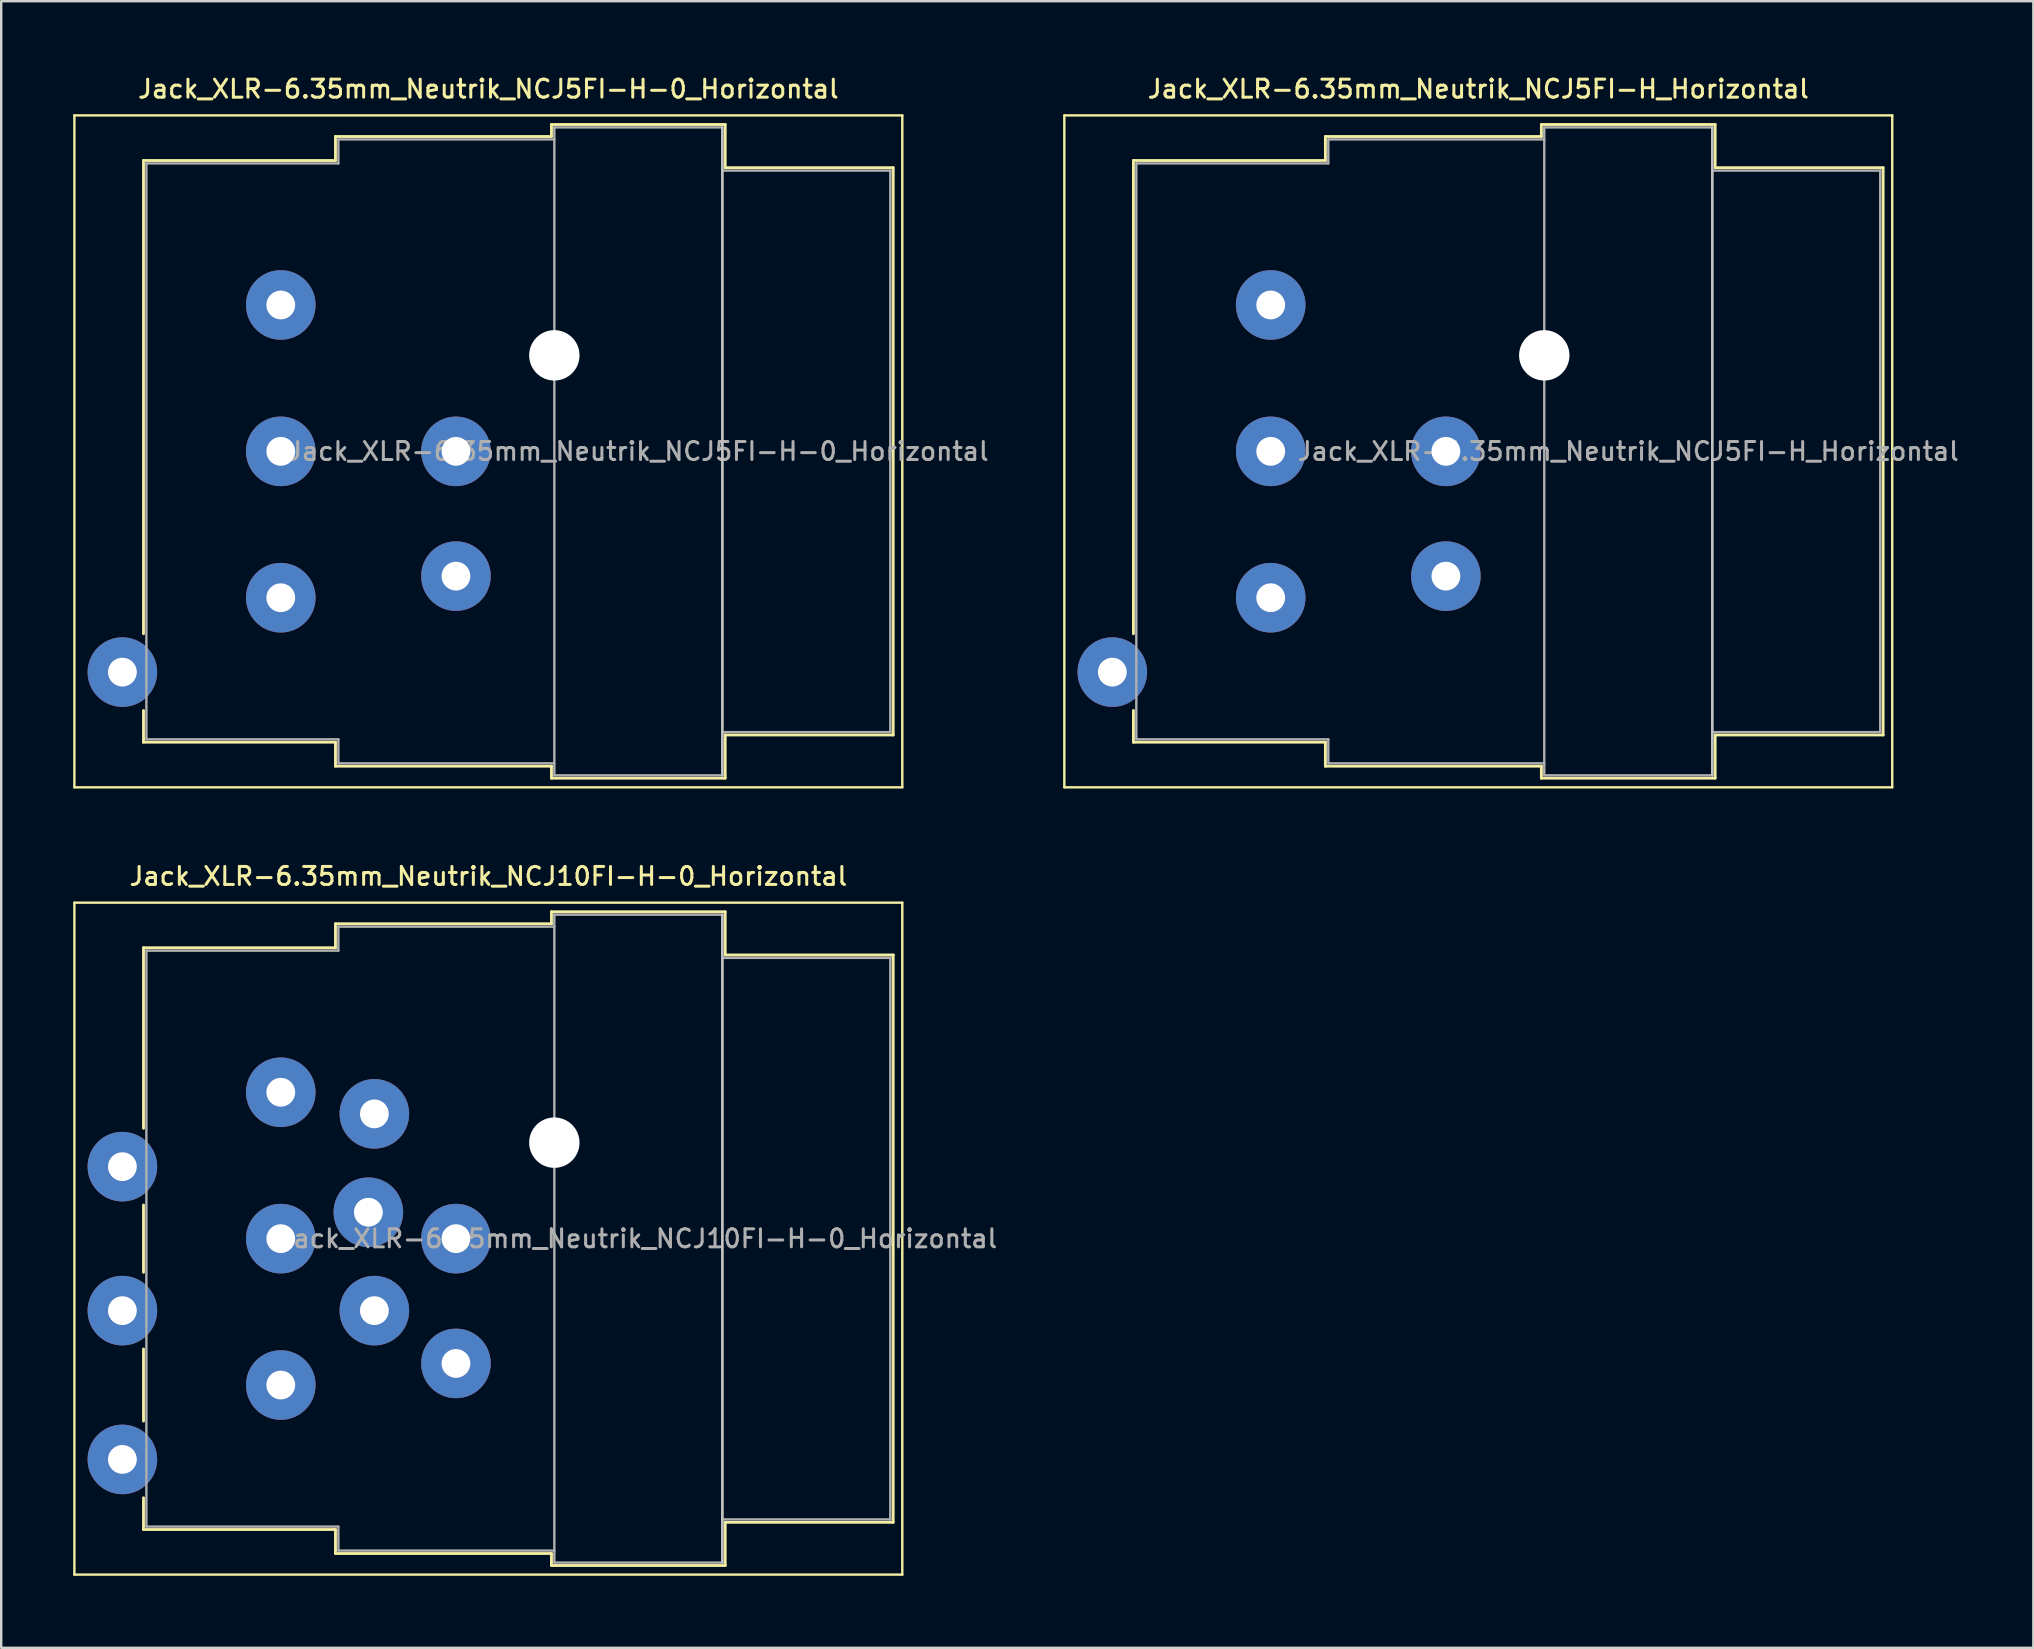
<source format=kicad_pcb>
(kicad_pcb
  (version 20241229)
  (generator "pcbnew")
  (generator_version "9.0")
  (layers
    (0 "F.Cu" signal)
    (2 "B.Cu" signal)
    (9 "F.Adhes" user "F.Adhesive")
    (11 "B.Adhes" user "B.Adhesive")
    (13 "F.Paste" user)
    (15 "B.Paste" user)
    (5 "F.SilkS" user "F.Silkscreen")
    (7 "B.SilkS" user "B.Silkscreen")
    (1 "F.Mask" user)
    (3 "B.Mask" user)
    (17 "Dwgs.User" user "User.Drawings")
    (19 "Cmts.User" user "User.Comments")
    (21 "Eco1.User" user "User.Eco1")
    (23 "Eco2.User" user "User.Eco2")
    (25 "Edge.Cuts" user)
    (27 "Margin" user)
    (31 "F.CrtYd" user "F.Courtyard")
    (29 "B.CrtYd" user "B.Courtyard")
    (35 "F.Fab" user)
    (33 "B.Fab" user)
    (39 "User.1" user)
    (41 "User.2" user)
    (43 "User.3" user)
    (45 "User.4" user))
  (footprint "Jack_XLR-6.35mm_Neutrik_NCJ10FI-H-0_Horizontal"
    (layer "F.Cu")
    (at 8.65 42.466)
    (property "Reference" "Jack_XLR-6.35mm_Neutrik_NCJ10FI-H-0_Horizontal" (at 8.65 -9 0) (layer "F.SilkS") (effects (font (size 0.75 0.75) (thickness 0.125))))
    (attr through_hole)
    (fp_line (start -8.6 -7.9) (end -8.6 20.1) (stroke (width 0.1) (type solid)) (layer "F.SilkS"))
    (fp_line (start -5.72 -6.02) (end -5.72 1.5) (stroke (width 0.12) (type solid)) (layer "F.SilkS"))
    (fp_line (start -5.72 4.7) (end -5.72 7.5) (stroke (width 0.12) (type solid)) (layer "F.SilkS"))
    (fp_line (start -5.72 10.7) (end -5.72 13.7) (stroke (width 0.12) (type solid)) (layer "F.SilkS"))
    (fp_line (start -5.72 16.9) (end -5.72 18.22) (stroke (width 0.12) (type solid)) (layer "F.SilkS"))
    (fp_line (start 2.28 -7.02) (end 2.28 -6.02) (stroke (width 0.12) (type solid)) (layer "F.SilkS"))
    (fp_line (start 2.28 -6.02) (end -5.72 -6.02) (stroke (width 0.12) (type solid)) (layer "F.SilkS"))
    (fp_line (start 2.28 18.22) (end -5.72 18.22) (stroke (width 0.12) (type solid)) (layer "F.SilkS"))
    (fp_line (start 2.28 19.22) (end 2.28 18.22) (stroke (width 0.12) (type solid)) (layer "F.SilkS"))
    (fp_line (start 11.28 -7.02) (end 2.28 -7.02) (stroke (width 0.12) (type solid)) (layer "F.SilkS"))
    (fp_line (start 11.28 -7.02) (end 11.28 -7.52) (stroke (width 0.12) (type solid)) (layer "F.SilkS"))
    (fp_line (start 11.28 19.22) (end 2.28 19.22) (stroke (width 0.12) (type solid)) (layer "F.SilkS"))
    (fp_line (start 11.28 19.72) (end 11.28 19.22) (stroke (width 0.12) (type solid)) (layer "F.SilkS"))
    (fp_line (start 18.52 -7.52) (end 11.28 -7.52) (stroke (width 0.12) (type solid)) (layer "F.SilkS"))
    (fp_line (start 18.52 -7.52) (end 18.52 -5.72) (stroke (width 0.12) (type solid)) (layer "F.SilkS"))
    (fp_line (start 18.52 -5.72) (end 25.52 -5.72) (stroke (width 0.12) (type solid)) (layer "F.SilkS"))
    (fp_line (start 18.52 17.92) (end 18.52 19.72) (stroke (width 0.12) (type solid)) (layer "F.SilkS"))
    (fp_line (start 18.52 17.92) (end 25.52 17.92) (stroke (width 0.12) (type solid)) (layer "F.SilkS"))
    (fp_line (start 18.52 19.72) (end 11.28 19.72) (stroke (width 0.12) (type solid)) (layer "F.SilkS"))
    (fp_line (start 25.52 -5.72) (end 25.52 17.92) (stroke (width 0.12) (type solid)) (layer "F.SilkS"))
    (fp_line (start 25.9 -7.9) (end -8.6 -7.9) (stroke (width 0.1) (type solid)) (layer "F.SilkS"))
    (fp_line (start 25.9 -7.9) (end 25.9 20.1) (stroke (width 0.1) (type solid)) (layer "F.SilkS"))
    (fp_line (start 25.9 20.1) (end -8.6 20.1) (stroke (width 0.1) (type solid)) (layer "F.SilkS"))
    (fp_line (start 18.4 -7.4) (end 18.4 19.6) (stroke (width 0.1) (type solid)) (layer "Dwgs.User"))
    (fp_line (start -5.6 -5.9) (end -5.6 18.1) (stroke (width 0.1) (type solid)) (layer "F.Fab"))
    (fp_line (start -5.6 18.1) (end 2.4 18.1) (stroke (width 0.1) (type solid)) (layer "F.Fab"))
    (fp_line (start 2.4 -6.9) (end 2.4 -5.9) (stroke (width 0.1) (type solid)) (layer "F.Fab"))
    (fp_line (start 2.4 -5.9) (end -5.6 -5.9) (stroke (width 0.1) (type solid)) (layer "F.Fab"))
    (fp_line (start 2.4 18.1) (end 2.4 19.1) (stroke (width 0.1) (type solid)) (layer "F.Fab"))
    (fp_line (start 2.4 19.1) (end 11.4 19.1) (stroke (width 0.1) (type solid)) (layer "F.Fab"))
    (fp_line (start 11.4 -7.4) (end 18.4 -7.4) (stroke (width 0.1) (type solid)) (layer "F.Fab"))
    (fp_line (start 11.4 -6.9) (end 2.4 -6.9) (stroke (width 0.1) (type solid)) (layer "F.Fab"))
    (fp_line (start 11.4 19.6) (end 11.4 -7.4) (stroke (width 0.1) (type solid)) (layer "F.Fab"))
    (fp_line (start 18.4 -7.4) (end 18.4 19.6) (stroke (width 0.1) (type solid)) (layer "F.Fab"))
    (fp_line (start 18.4 -5.6) (end 25.4 -5.6) (stroke (width 0.1) (type solid)) (layer "F.Fab"))
    (fp_line (start 18.4 19.6) (end 11.4 19.6) (stroke (width 0.1) (type solid)) (layer "F.Fab"))
    (fp_line (start 25.4 -5.6) (end 25.4 17.8) (stroke (width 0.1) (type solid)) (layer "F.Fab"))
    (fp_line (start 25.4 17.8) (end 18.4 17.8) (stroke (width 0.1) (type solid)) (layer "F.Fab"))
    (fp_text user "${REFERENCE}" (at 14.9 6.1 0) (layer "F.Fab") (effects (font (size 0.75 0.75) (thickness 0.125))))
    (pad "" np_thru_hole circle (at 11.4 2.1) (size 2.1 2.1) (drill 2.1) (layers "*.Cu" "*.Mask"))
    (pad "1" thru_hole circle (at 0 0) (size 2.9 2.9) (drill 1.2) (layers "*.Cu" "*.Mask"))
    (pad "2" thru_hole circle (at 0 12.2) (size 2.9 2.9) (drill 1.2) (layers "*.Cu" "*.Mask"))
    (pad "3" thru_hole circle (at 0 6.1) (size 2.9 2.9) (drill 1.2) (layers "*.Cu" "*.Mask"))
    (pad "G" thru_hole circle (at 7.3 6.1) (size 2.9 2.9) (drill 1.2) (layers "*.Cu" "*.Mask"))
    (pad "GN" thru_hole circle (at 3.65 5) (size 2.9 2.9) (drill 1.2) (layers "*.Cu" "*.Mask"))
    (pad "R" thru_hole circle (at 3.9 0.9) (size 2.9 2.9) (drill 1.2) (layers "*.Cu" "*.Mask"))
    (pad "RN" thru_hole circle (at -6.6 3.1) (size 2.9 2.9) (drill 1.2) (layers "*.Cu" "*.Mask"))
    (pad "S" thru_hole circle (at 7.3 11.3) (size 2.9 2.9) (drill 1.2) (layers "*.Cu" "*.Mask"))
    (pad "SN" thru_hole circle (at 3.9 9.1) (size 2.9 2.9) (drill 1.2) (layers "*.Cu" "*.Mask"))
    (pad "T" thru_hole circle (at -6.6 15.3) (size 2.9 2.9) (drill 1.2) (layers "*.Cu" "*.Mask"))
    (pad "TN" thru_hole circle (at -6.6 9.1) (size 2.9 2.9) (drill 1.2) (layers "*.Cu" "*.Mask")))
  (footprint "Jack_XLR-6.35mm_Neutrik_NCJ5FI-H-0_Horizontal"
    (layer "F.Cu")
    (at 8.65 9.658)
    (property "Reference" "Jack_XLR-6.35mm_Neutrik_NCJ5FI-H-0_Horizontal" (at 8.65 -9 0) (layer "F.SilkS") (effects (font (size 0.75 0.75) (thickness 0.125))))
    (attr through_hole)
    (fp_line (start -8.6 -7.9) (end -8.6 20.1) (stroke (width 0.1) (type solid)) (layer "F.SilkS"))
    (fp_line (start -5.72 -6.02) (end -5.72 13.7) (stroke (width 0.12) (type solid)) (layer "F.SilkS"))
    (fp_line (start -5.72 16.9) (end -5.72 18.22) (stroke (width 0.12) (type solid)) (layer "F.SilkS"))
    (fp_line (start 2.28 -7.02) (end 2.28 -6.02) (stroke (width 0.12) (type solid)) (layer "F.SilkS"))
    (fp_line (start 2.28 -6.02) (end -5.72 -6.02) (stroke (width 0.12) (type solid)) (layer "F.SilkS"))
    (fp_line (start 2.28 18.22) (end -5.72 18.22) (stroke (width 0.12) (type solid)) (layer "F.SilkS"))
    (fp_line (start 2.28 19.22) (end 2.28 18.22) (stroke (width 0.12) (type solid)) (layer "F.SilkS"))
    (fp_line (start 11.28 -7.02) (end 2.28 -7.02) (stroke (width 0.12) (type solid)) (layer "F.SilkS"))
    (fp_line (start 11.28 -7.02) (end 11.28 -7.52) (stroke (width 0.12) (type solid)) (layer "F.SilkS"))
    (fp_line (start 11.28 19.22) (end 2.28 19.22) (stroke (width 0.12) (type solid)) (layer "F.SilkS"))
    (fp_line (start 11.28 19.72) (end 11.28 19.22) (stroke (width 0.12) (type solid)) (layer "F.SilkS"))
    (fp_line (start 18.52 -7.52) (end 11.28 -7.52) (stroke (width 0.12) (type solid)) (layer "F.SilkS"))
    (fp_line (start 18.52 -7.52) (end 18.52 -5.72) (stroke (width 0.12) (type solid)) (layer "F.SilkS"))
    (fp_line (start 18.52 -5.72) (end 25.52 -5.72) (stroke (width 0.12) (type solid)) (layer "F.SilkS"))
    (fp_line (start 18.52 17.92) (end 18.52 19.72) (stroke (width 0.12) (type solid)) (layer "F.SilkS"))
    (fp_line (start 18.52 17.92) (end 25.52 17.92) (stroke (width 0.12) (type solid)) (layer "F.SilkS"))
    (fp_line (start 18.52 19.72) (end 11.28 19.72) (stroke (width 0.12) (type solid)) (layer "F.SilkS"))
    (fp_line (start 25.52 -5.72) (end 25.52 17.92) (stroke (width 0.12) (type solid)) (layer "F.SilkS"))
    (fp_line (start 25.9 -7.9) (end -8.6 -7.9) (stroke (width 0.1) (type solid)) (layer "F.SilkS"))
    (fp_line (start 25.9 -7.9) (end 25.9 20.1) (stroke (width 0.1) (type solid)) (layer "F.SilkS"))
    (fp_line (start 25.9 20.1) (end -8.6 20.1) (stroke (width 0.1) (type solid)) (layer "F.SilkS"))
    (fp_line (start 18.4 -7.4) (end 18.4 19.6) (stroke (width 0.1) (type solid)) (layer "Dwgs.User"))
    (fp_line (start -5.6 -5.9) (end -5.6 18.1) (stroke (width 0.1) (type solid)) (layer "F.Fab"))
    (fp_line (start -5.6 18.1) (end 2.4 18.1) (stroke (width 0.1) (type solid)) (layer "F.Fab"))
    (fp_line (start 2.4 -6.9) (end 2.4 -5.9) (stroke (width 0.1) (type solid)) (layer "F.Fab"))
    (fp_line (start 2.4 -5.9) (end -5.6 -5.9) (stroke (width 0.1) (type solid)) (layer "F.Fab"))
    (fp_line (start 2.4 18.1) (end 2.4 19.1) (stroke (width 0.1) (type solid)) (layer "F.Fab"))
    (fp_line (start 2.4 19.1) (end 11.4 19.1) (stroke (width 0.1) (type solid)) (layer "F.Fab"))
    (fp_line (start 11.4 -7.4) (end 18.4 -7.4) (stroke (width 0.1) (type solid)) (layer "F.Fab"))
    (fp_line (start 11.4 -6.9) (end 2.4 -6.9) (stroke (width 0.1) (type solid)) (layer "F.Fab"))
    (fp_line (start 11.4 19.6) (end 11.4 -7.4) (stroke (width 0.1) (type solid)) (layer "F.Fab"))
    (fp_line (start 18.4 -7.4) (end 18.4 19.6) (stroke (width 0.1) (type solid)) (layer "F.Fab"))
    (fp_line (start 18.4 -5.6) (end 25.4 -5.6) (stroke (width 0.1) (type solid)) (layer "F.Fab"))
    (fp_line (start 18.4 19.6) (end 11.4 19.6) (stroke (width 0.1) (type solid)) (layer "F.Fab"))
    (fp_line (start 25.4 -5.6) (end 25.4 17.8) (stroke (width 0.1) (type solid)) (layer "F.Fab"))
    (fp_line (start 25.4 17.8) (end 18.4 17.8) (stroke (width 0.1) (type solid)) (layer "F.Fab"))
    (fp_text user "${REFERENCE}" (at 14.9 6.1 0) (layer "F.Fab") (effects (font (size 0.75 0.75) (thickness 0.125))))
    (pad "" np_thru_hole circle (at 11.4 2.1) (size 2.1 2.1) (drill 2.1) (layers "*.Cu" "*.Mask"))
    (pad "1" thru_hole circle (at 0 0) (size 2.9 2.9) (drill 1.2) (layers "*.Cu" "*.Mask"))
    (pad "2" thru_hole circle (at 0 12.2) (size 2.9 2.9) (drill 1.2) (layers "*.Cu" "*.Mask"))
    (pad "3" thru_hole circle (at 0 6.1) (size 2.9 2.9) (drill 1.2) (layers "*.Cu" "*.Mask"))
    (pad "G" thru_hole circle (at 7.3 6.1) (size 2.9 2.9) (drill 1.2) (layers "*.Cu" "*.Mask"))
    (pad "S" thru_hole circle (at 7.3 11.3) (size 2.9 2.9) (drill 1.2) (layers "*.Cu" "*.Mask"))
    (pad "T" thru_hole circle (at -6.6 15.3) (size 2.9 2.9) (drill 1.2) (layers "*.Cu" "*.Mask")))
  (footprint "Jack_XLR-6.35mm_Neutrik_NCJ5FI-H_Horizontal"
    (layer "F.Cu")
    (at 49.902 9.658)
    (property "Reference" "Jack_XLR-6.35mm_Neutrik_NCJ5FI-H_Horizontal" (at 8.65 -9 0) (layer "F.SilkS") (effects (font (size 0.75 0.75) (thickness 0.125))))
    (attr through_hole)
    (fp_line (start -8.6 -7.9) (end -8.6 20.1) (stroke (width 0.1) (type solid)) (layer "F.SilkS"))
    (fp_line (start -5.72 -6.02) (end -5.72 13.7) (stroke (width 0.12) (type solid)) (layer "F.SilkS"))
    (fp_line (start -5.72 16.9) (end -5.72 18.22) (stroke (width 0.12) (type solid)) (layer "F.SilkS"))
    (fp_line (start 2.28 -7.02) (end 2.28 -6.02) (stroke (width 0.12) (type solid)) (layer "F.SilkS"))
    (fp_line (start 2.28 -6.02) (end -5.72 -6.02) (stroke (width 0.12) (type solid)) (layer "F.SilkS"))
    (fp_line (start 2.28 18.22) (end -5.72 18.22) (stroke (width 0.12) (type solid)) (layer "F.SilkS"))
    (fp_line (start 2.28 19.22) (end 2.28 18.22) (stroke (width 0.12) (type solid)) (layer "F.SilkS"))
    (fp_line (start 11.28 -7.02) (end 2.28 -7.02) (stroke (width 0.12) (type solid)) (layer "F.SilkS"))
    (fp_line (start 11.28 -7.02) (end 11.28 -7.52) (stroke (width 0.12) (type solid)) (layer "F.SilkS"))
    (fp_line (start 11.28 19.22) (end 2.28 19.22) (stroke (width 0.12) (type solid)) (layer "F.SilkS"))
    (fp_line (start 11.28 19.72) (end 11.28 19.22) (stroke (width 0.12) (type solid)) (layer "F.SilkS"))
    (fp_line (start 18.52 -7.52) (end 11.28 -7.52) (stroke (width 0.12) (type solid)) (layer "F.SilkS"))
    (fp_line (start 18.52 -7.52) (end 18.52 -5.72) (stroke (width 0.12) (type solid)) (layer "F.SilkS"))
    (fp_line (start 18.52 -5.72) (end 25.52 -5.72) (stroke (width 0.12) (type solid)) (layer "F.SilkS"))
    (fp_line (start 18.52 17.92) (end 18.52 19.72) (stroke (width 0.12) (type solid)) (layer "F.SilkS"))
    (fp_line (start 18.52 17.92) (end 25.52 17.92) (stroke (width 0.12) (type solid)) (layer "F.SilkS"))
    (fp_line (start 18.52 19.72) (end 11.28 19.72) (stroke (width 0.12) (type solid)) (layer "F.SilkS"))
    (fp_line (start 25.52 -5.72) (end 25.52 17.92) (stroke (width 0.12) (type solid)) (layer "F.SilkS"))
    (fp_line (start 25.9 -7.9) (end -8.6 -7.9) (stroke (width 0.1) (type solid)) (layer "F.SilkS"))
    (fp_line (start 25.9 -7.9) (end 25.9 20.1) (stroke (width 0.1) (type solid)) (layer "F.SilkS"))
    (fp_line (start 25.9 20.1) (end -8.6 20.1) (stroke (width 0.1) (type solid)) (layer "F.SilkS"))
    (fp_line (start 18.4 -7.4) (end 18.4 19.6) (stroke (width 0.1) (type solid)) (layer "Dwgs.User"))
    (fp_line (start -5.6 -5.9) (end -5.6 18.1) (stroke (width 0.1) (type solid)) (layer "F.Fab"))
    (fp_line (start -5.6 18.1) (end 2.4 18.1) (stroke (width 0.1) (type solid)) (layer "F.Fab"))
    (fp_line (start 2.4 -6.9) (end 2.4 -5.9) (stroke (width 0.1) (type solid)) (layer "F.Fab"))
    (fp_line (start 2.4 -5.9) (end -5.6 -5.9) (stroke (width 0.1) (type solid)) (layer "F.Fab"))
    (fp_line (start 2.4 18.1) (end 2.4 19.1) (stroke (width 0.1) (type solid)) (layer "F.Fab"))
    (fp_line (start 2.4 19.1) (end 11.4 19.1) (stroke (width 0.1) (type solid)) (layer "F.Fab"))
    (fp_line (start 11.4 -7.4) (end 18.4 -7.4) (stroke (width 0.1) (type solid)) (layer "F.Fab"))
    (fp_line (start 11.4 -6.9) (end 2.4 -6.9) (stroke (width 0.1) (type solid)) (layer "F.Fab"))
    (fp_line (start 11.4 19.6) (end 11.4 -7.4) (stroke (width 0.1) (type solid)) (layer "F.Fab"))
    (fp_line (start 18.4 -7.4) (end 18.4 19.6) (stroke (width 0.1) (type solid)) (layer "F.Fab"))
    (fp_line (start 18.4 -5.6) (end 25.4 -5.6) (stroke (width 0.1) (type solid)) (layer "F.Fab"))
    (fp_line (start 18.4 19.6) (end 11.4 19.6) (stroke (width 0.1) (type solid)) (layer "F.Fab"))
    (fp_line (start 25.4 -5.6) (end 25.4 17.8) (stroke (width 0.1) (type solid)) (layer "F.Fab"))
    (fp_line (start 25.4 17.8) (end 18.4 17.8) (stroke (width 0.1) (type solid)) (layer "F.Fab"))
    (fp_text user "${REFERENCE}" (at 14.9 6.1 0) (layer "F.Fab") (effects (font (size 0.75 0.75) (thickness 0.125))))
    (pad "" np_thru_hole circle (at 11.4 2.1) (size 2.1 2.1) (drill 2.1) (layers "*.Cu" "*.Mask"))
    (pad "1" thru_hole circle (at 0 0) (size 2.9 2.9) (drill 1.2) (layers "*.Cu" "*.Mask"))
    (pad "2" thru_hole circle (at 0 12.2) (size 2.9 2.9) (drill 1.2) (layers "*.Cu" "*.Mask"))
    (pad "3" thru_hole circle (at 0 6.1) (size 2.9 2.9) (drill 1.2) (layers "*.Cu" "*.Mask"))
    (pad "G" thru_hole circle (at 7.3 6.1) (size 2.9 2.9) (drill 1.2) (layers "*.Cu" "*.Mask"))
    (pad "S" thru_hole circle (at 7.3 11.3) (size 2.9 2.9) (drill 1.2) (layers "*.Cu" "*.Mask"))
    (pad "T" thru_hole circle (at -6.6 15.3) (size 2.9 2.9) (drill 1.2) (layers "*.Cu" "*.Mask")))
  (gr_rect
    (start -3 -3)
    (end 81.682 65.616)
    (stroke (width 0.1) (type default))
    (fill no)
    (layer "Edge.Cuts")))
</source>
